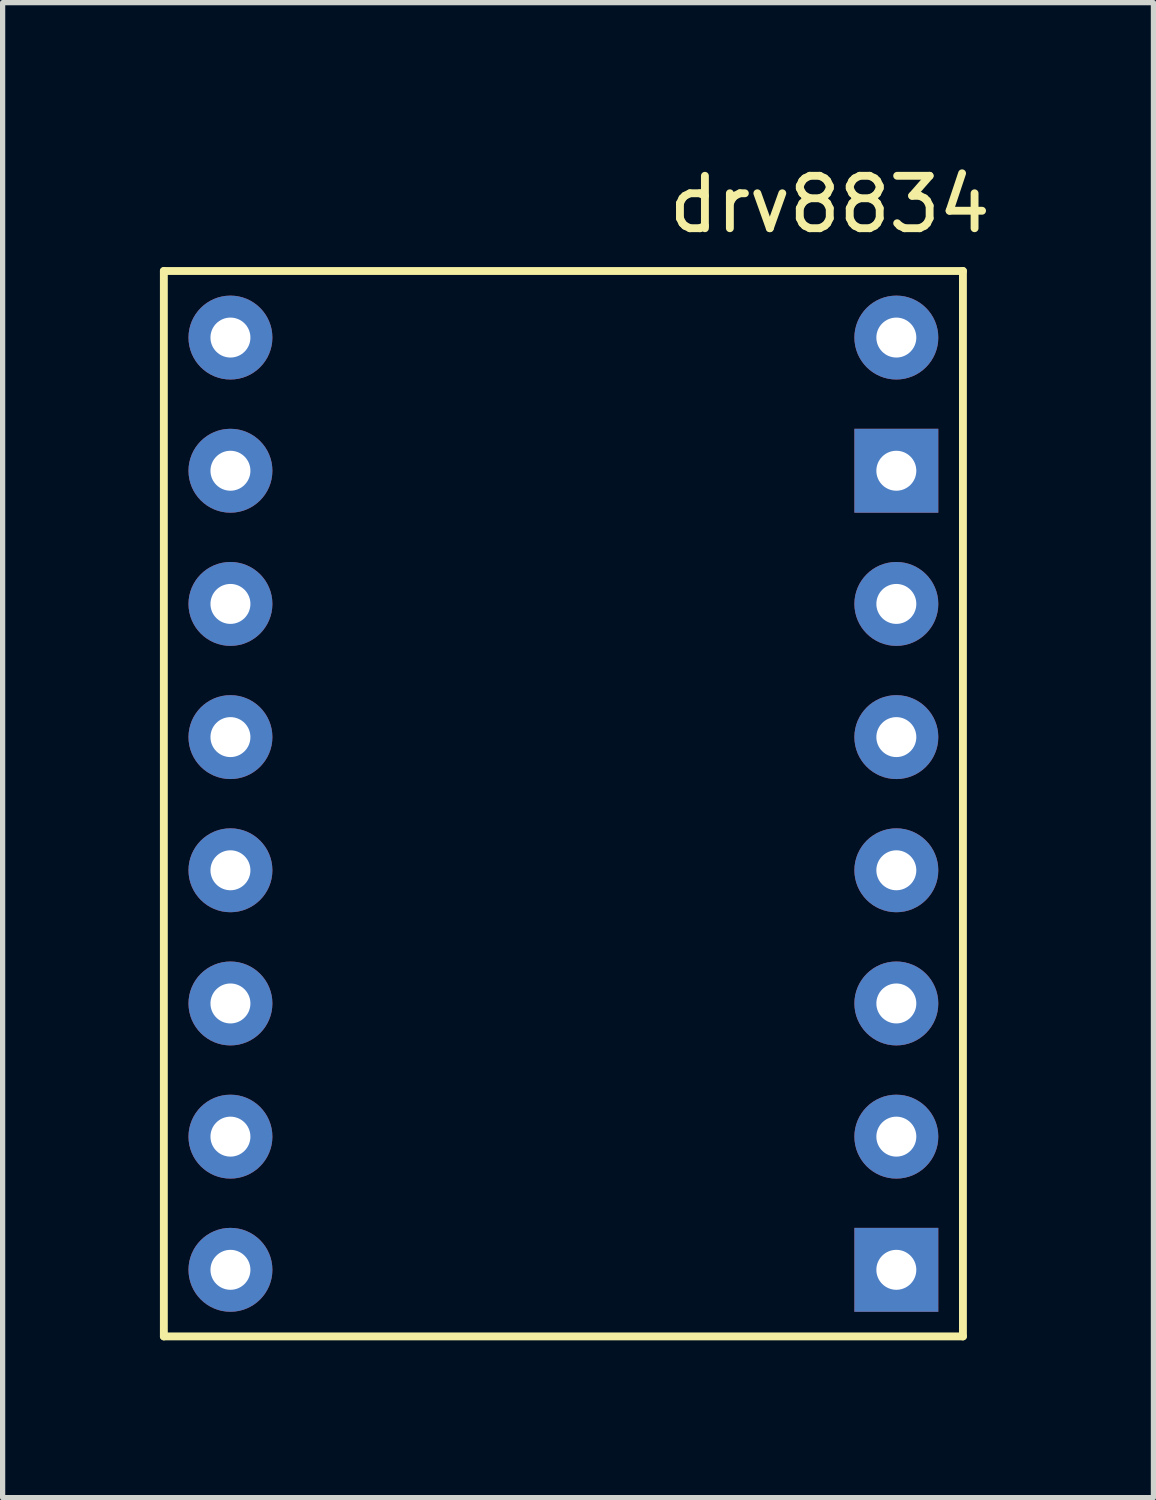
<source format=kicad_pcb>
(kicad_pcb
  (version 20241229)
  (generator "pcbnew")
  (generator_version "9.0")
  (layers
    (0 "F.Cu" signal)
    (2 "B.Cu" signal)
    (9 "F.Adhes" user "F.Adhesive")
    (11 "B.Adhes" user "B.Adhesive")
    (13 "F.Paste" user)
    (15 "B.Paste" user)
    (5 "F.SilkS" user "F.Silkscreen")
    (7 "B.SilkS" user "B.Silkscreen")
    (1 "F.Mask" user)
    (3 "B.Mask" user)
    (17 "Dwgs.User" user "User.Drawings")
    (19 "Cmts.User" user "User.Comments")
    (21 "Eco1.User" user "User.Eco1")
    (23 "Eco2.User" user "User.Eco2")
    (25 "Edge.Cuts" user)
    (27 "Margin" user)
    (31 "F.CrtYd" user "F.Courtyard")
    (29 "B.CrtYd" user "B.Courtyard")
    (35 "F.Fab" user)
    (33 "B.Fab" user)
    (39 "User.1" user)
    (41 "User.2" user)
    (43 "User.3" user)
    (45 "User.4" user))
  (footprint "drv8834"
    (layer "F.Cu")
    (at 1.345 3.388)
    (property "Reference" "drv8834" (at 11.43 -2.54 0) (layer "F.SilkS") (effects (font (size 1 1) (thickness 0.15))))
    (attr through_hole)
    (fp_line (start -1.27 -1.27) (end 13.97 -1.27) (stroke (width 0.15) (type solid)) (layer "F.SilkS"))
    (fp_line (start -1.27 19.05) (end -1.27 -1.27) (stroke (width 0.15) (type solid)) (layer "F.SilkS"))
    (fp_line (start 13.97 -1.27) (end 13.97 19.05) (stroke (width 0.15) (type solid)) (layer "F.SilkS"))
    (fp_line (start 13.97 19.05) (end -1.27 19.05) (stroke (width 0.15) (type solid)) (layer "F.SilkS"))
    (pad "1" thru_hole circle (at 0 0) (size 1.6 1.6) (drill 0.762) (layers "*.Cu" "*.Mask"))
    (pad "2" thru_hole circle (at 0 2.54) (size 1.6 1.6) (drill 0.762) (layers "*.Cu" "*.Mask"))
    (pad "3" thru_hole circle (at 0 5.08) (size 1.6 1.6) (drill 0.762) (layers "*.Cu" "*.Mask"))
    (pad "4" thru_hole circle (at 0 7.62) (size 1.6 1.6) (drill 0.762) (layers "*.Cu" "*.Mask"))
    (pad "5" thru_hole circle (at 0 10.16) (size 1.6 1.6) (drill 0.762) (layers "*.Cu" "*.Mask"))
    (pad "6" thru_hole circle (at 0 12.7) (size 1.6 1.6) (drill 0.762) (layers "*.Cu" "*.Mask"))
    (pad "7" thru_hole circle (at 0 15.24) (size 1.6 1.6) (drill 0.762) (layers "*.Cu" "*.Mask"))
    (pad "8" thru_hole circle (at 0 17.78) (size 1.6 1.6) (drill 0.762) (layers "*.Cu" "*.Mask"))
    (pad "9" thru_hole rect (at 12.7 17.78) (size 1.6 1.6) (drill 0.762) (layers "*.Cu" "*.Mask"))
    (pad "10" thru_hole circle (at 12.7 15.24) (size 1.6 1.6) (drill 0.762) (layers "*.Cu" "*.Mask"))
    (pad "11" thru_hole circle (at 12.7 12.7) (size 1.6 1.6) (drill 0.762) (layers "*.Cu" "*.Mask"))
    (pad "12" thru_hole circle (at 12.7 10.16) (size 1.6 1.6) (drill 0.762) (layers "*.Cu" "*.Mask"))
    (pad "13" thru_hole circle (at 12.7 7.62) (size 1.6 1.6) (drill 0.762) (layers "*.Cu" "*.Mask"))
    (pad "14" thru_hole circle (at 12.7 5.08) (size 1.6 1.6) (drill 0.762) (layers "*.Cu" "*.Mask"))
    (pad "15" thru_hole rect (at 12.7 2.54) (size 1.6 1.6) (drill 0.762) (layers "*.Cu" "*.Mask"))
    (pad "16" thru_hole circle (at 12.7 0) (size 1.6 1.6) (drill 0.762) (layers "*.Cu" "*.Mask")))
  (gr_rect
    (start -3 -3)
    (end 18.948 25.513)
    (stroke (width 0.1) (type default))
    (fill no)
    (layer "Edge.Cuts")))
</source>
